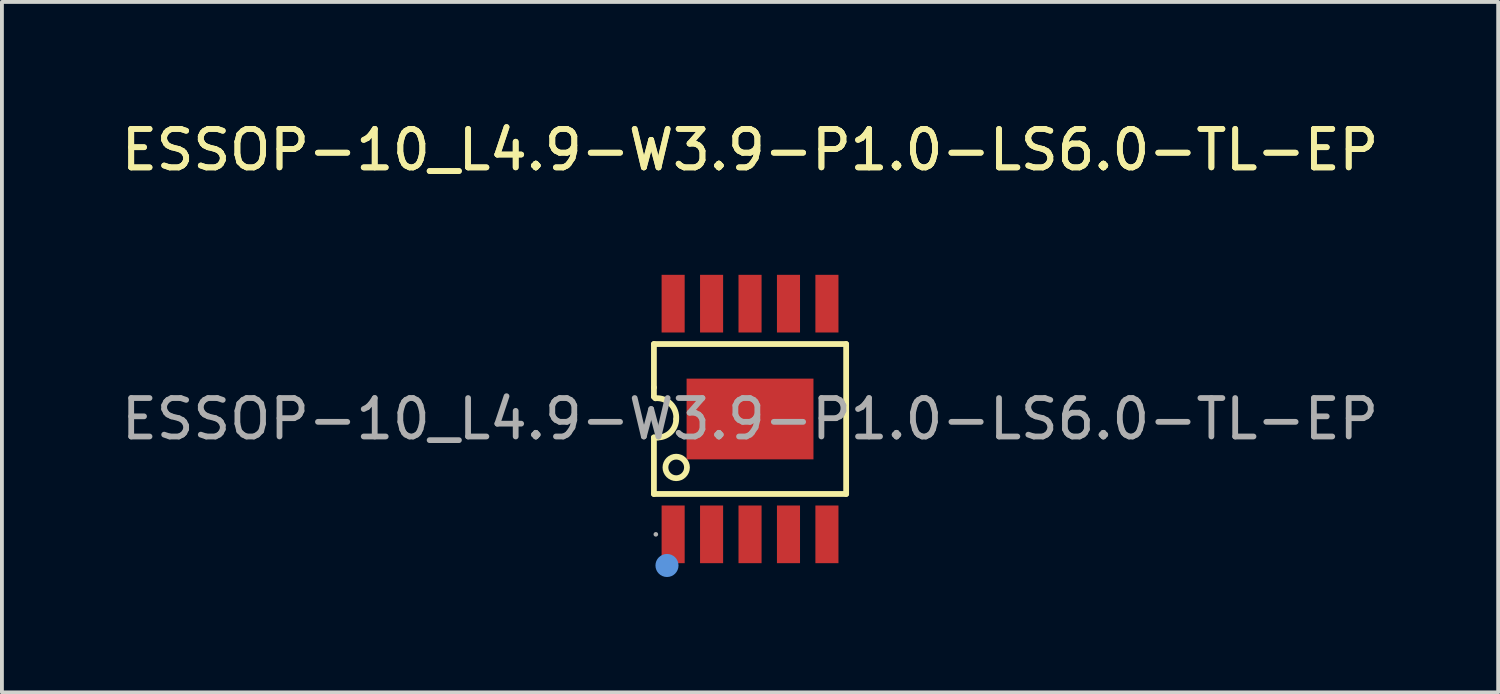
<source format=kicad_pcb>
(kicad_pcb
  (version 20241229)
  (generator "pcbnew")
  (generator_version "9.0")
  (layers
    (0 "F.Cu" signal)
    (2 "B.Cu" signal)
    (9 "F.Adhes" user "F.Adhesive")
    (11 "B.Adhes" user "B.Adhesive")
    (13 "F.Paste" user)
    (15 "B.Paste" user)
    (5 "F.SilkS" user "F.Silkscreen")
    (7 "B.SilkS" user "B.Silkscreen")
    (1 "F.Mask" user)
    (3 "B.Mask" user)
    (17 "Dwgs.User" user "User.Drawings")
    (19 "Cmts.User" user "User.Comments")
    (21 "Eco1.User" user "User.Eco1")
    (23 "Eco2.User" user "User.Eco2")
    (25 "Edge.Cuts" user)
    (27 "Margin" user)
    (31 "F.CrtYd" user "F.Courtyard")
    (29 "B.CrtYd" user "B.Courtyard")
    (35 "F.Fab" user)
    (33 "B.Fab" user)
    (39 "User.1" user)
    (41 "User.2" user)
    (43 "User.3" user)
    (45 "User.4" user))
  (footprint "ESSOP-10_L4.9-W3.9-P1.0-LS6.0-TL-EP"
    (layer "F.Cu")
    (at 16.458 7.848)
    (property "Reference" "ESSOP-10_L4.9-W3.9-P1.0-LS6.0-TL-EP" (at 0 -7 0) (layer "F.SilkS") (effects (font (size 1 1) (thickness 0.15))))
    (attr smd)
    (fp_line (start -2.5 -1.95) (end 2.5 -1.95) (stroke (width 0.15) (type solid)) (layer "F.SilkS"))
    (fp_line (start -2.5 -0.82) (end -2.5 -1.95) (stroke (width 0.15) (type solid)) (layer "F.SilkS"))
    (fp_line (start -2.5 -0.58) (end -2.5 -0.82) (stroke (width 0.15) (type solid)) (layer "F.SilkS"))
    (fp_line (start -2.5 0.48) (end -2.4 0.48) (stroke (width 0.15) (type solid)) (layer "F.SilkS"))
    (fp_line (start -2.5 1.95) (end -2.5 0.48) (stroke (width 0.15) (type solid)) (layer "F.SilkS"))
    (fp_line (start -2.5 1.95) (end 2.5 1.95) (stroke (width 0.15) (type solid)) (layer "F.SilkS"))
    (fp_line (start -2.46 -0.54) (end -2.5 -0.58) (stroke (width 0.15) (type solid)) (layer "F.SilkS"))
    (fp_line (start 2.5 1.95) (end 2.5 -1.95) (stroke (width 0.15) (type solid)) (layer "F.SilkS"))
    (fp_arc (start -2.46 -0.54) (mid -2.063982 -0.393343) (end -1.920316 0.00377) (stroke (width 0.15) (type solid)) (layer "F.SilkS"))
    (fp_arc (start -1.92 0) (mid -2.060589 0.339411) (end -2.4 0.48) (stroke (width 0.15) (type solid)) (layer "F.SilkS"))
    (fp_circle (center -1.92 1.26) (end -1.64 1.26) (stroke (width 0.15) (type solid)) (fill no) (layer "F.SilkS"))
    (fp_circle (center -2.16 3.81) (end -2.01 3.81) (stroke (width 0.3) (type solid)) (fill no) (layer "Cmts.User"))
    (fp_circle (center -2.45 3) (end -2.42 3) (stroke (width 0.06) (type solid)) (fill no) (layer "F.Fab"))
    (fp_text user "${REFERENCE}" (at 0 -7 0) (layer "F.SilkS") (effects (font (size 1 1) (thickness 0.15))))
    (fp_text user "${REFERENCE}" (at 0 0 0) (layer "F.Fab") (effects (font (size 1 1) (thickness 0.15))))
    (pad "1" smd rect (at -2 3 90) (size 1.5 0.6) (layers "F.Cu" "F.Mask" "F.Paste"))
    (pad "2" smd rect (at -1 3 90) (size 1.5 0.6) (layers "F.Cu" "F.Mask" "F.Paste"))
    (pad "3" smd rect (at 0 3 90) (size 1.5 0.6) (layers "F.Cu" "F.Mask" "F.Paste"))
    (pad "4" smd rect (at 1 3 90) (size 1.5 0.6) (layers "F.Cu" "F.Mask" "F.Paste"))
    (pad "5" smd rect (at 2 3 90) (size 1.5 0.6) (layers "F.Cu" "F.Mask" "F.Paste"))
    (pad "6" smd rect (at 2 -3 90) (size 1.5 0.6) (layers "F.Cu" "F.Mask" "F.Paste"))
    (pad "7" smd rect (at 1 -3 90) (size 1.5 0.6) (layers "F.Cu" "F.Mask" "F.Paste"))
    (pad "8" smd rect (at 0 -3 90) (size 1.5 0.6) (layers "F.Cu" "F.Mask" "F.Paste"))
    (pad "9" smd rect (at -1 -3 90) (size 1.5 0.6) (layers "F.Cu" "F.Mask" "F.Paste"))
    (pad "10" smd rect (at -2 -3 90) (size 1.5 0.6) (layers "F.Cu" "F.Mask" "F.Paste"))
    (pad "11" smd rect (at 0 0 180) (size 3.3 2.1) (layers "F.Cu" "F.Mask" "F.Paste")))
  (gr_rect
    (start -3 -3)
    (end 35.917 14.958)
    (stroke (width 0.1) (type default))
    (fill no)
    (layer "Edge.Cuts")))
</source>
